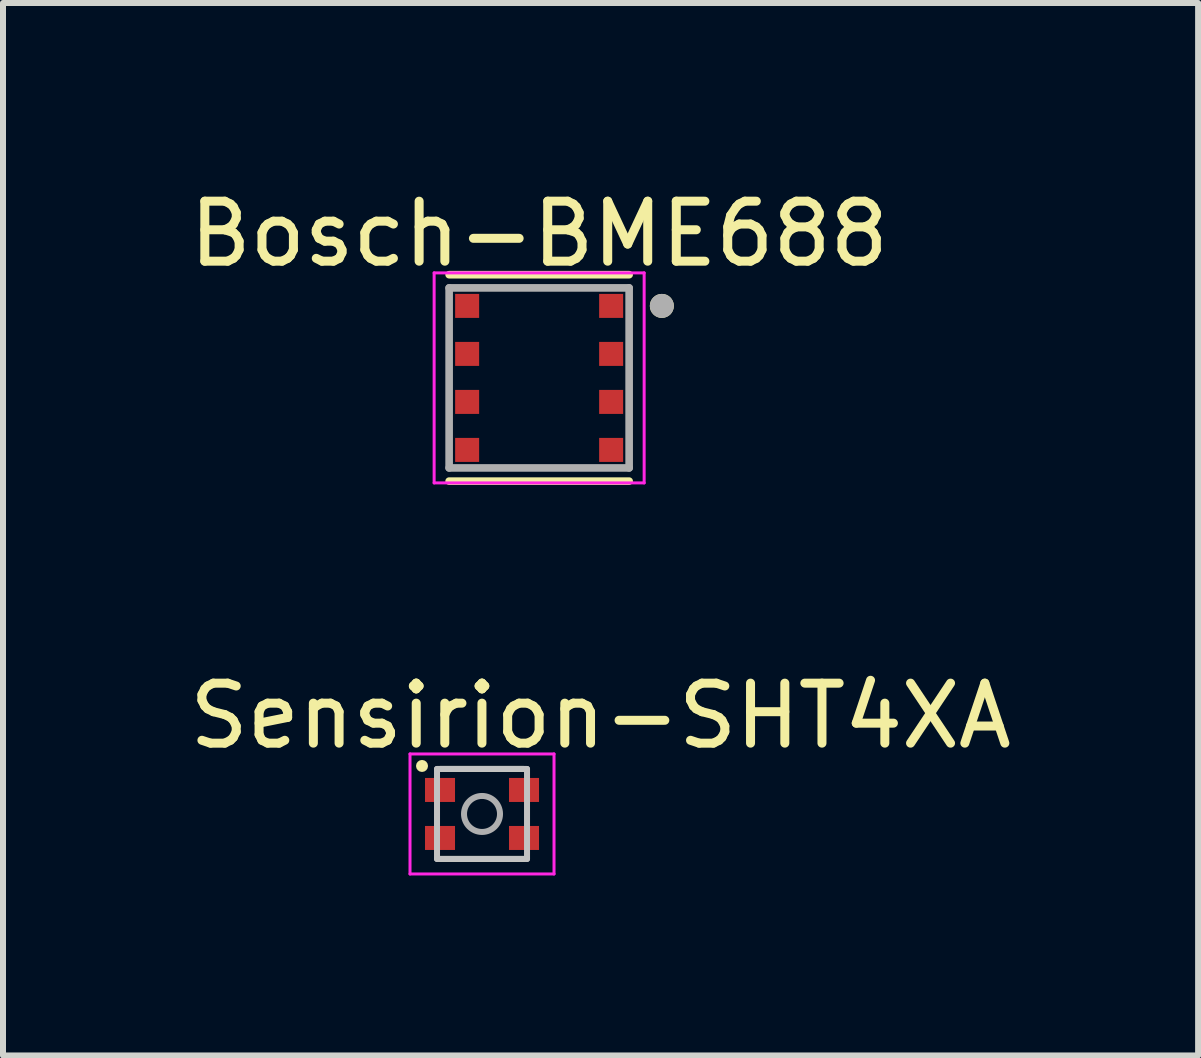
<source format=kicad_pcb>
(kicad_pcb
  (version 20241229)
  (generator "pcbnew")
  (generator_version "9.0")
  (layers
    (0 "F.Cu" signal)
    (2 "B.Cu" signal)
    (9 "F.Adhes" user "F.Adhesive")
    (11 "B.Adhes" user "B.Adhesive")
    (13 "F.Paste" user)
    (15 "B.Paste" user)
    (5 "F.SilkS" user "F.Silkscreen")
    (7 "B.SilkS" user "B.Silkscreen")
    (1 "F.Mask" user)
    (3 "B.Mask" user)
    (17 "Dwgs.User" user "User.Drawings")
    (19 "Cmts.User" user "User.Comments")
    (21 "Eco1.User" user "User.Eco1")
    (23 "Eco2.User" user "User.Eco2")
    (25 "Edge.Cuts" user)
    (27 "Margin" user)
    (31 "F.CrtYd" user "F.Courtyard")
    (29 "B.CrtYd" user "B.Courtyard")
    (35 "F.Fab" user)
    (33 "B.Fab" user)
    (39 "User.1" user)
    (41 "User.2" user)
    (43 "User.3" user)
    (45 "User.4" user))
  (footprint "Bosch-BME688"
    (layer "F.Cu")
    (at 5.935 3.248)
    (property "Reference" "Bosch-BME688" (at 0 -2.4 0) (layer "F.SilkS") (effects (font (size 1 1) (thickness 0.15))))
    (attr smd)
    (fp_line (start -1.5 1.72) (end 1.5 1.72) (stroke (width 0.127) (type solid)) (layer "F.SilkS"))
    (fp_line (start 1.5 -1.72) (end -1.5 -1.72) (stroke (width 0.127) (type solid)) (layer "F.SilkS"))
    (fp_circle (center 2.045 -1.2) (end 2.145 -1.2) (stroke (width 0.2) (type solid)) (fill no) (layer "F.SilkS"))
    (fp_line (start -1.75 -1.75) (end 1.75 -1.75) (stroke (width 0.05) (type solid)) (layer "F.CrtYd"))
    (fp_line (start -1.75 1.75) (end -1.75 -1.75) (stroke (width 0.05) (type solid)) (layer "F.CrtYd"))
    (fp_line (start 1.75 -1.75) (end 1.75 1.75) (stroke (width 0.05) (type solid)) (layer "F.CrtYd"))
    (fp_line (start 1.75 1.75) (end -1.75 1.75) (stroke (width 0.05) (type solid)) (layer "F.CrtYd"))
    (fp_line (start -1.5 -1.5) (end -1.5 1.5) (stroke (width 0.127) (type solid)) (layer "F.Fab"))
    (fp_line (start -1.5 1.5) (end 1.5 1.5) (stroke (width 0.127) (type solid)) (layer "F.Fab"))
    (fp_line (start 1.5 -1.5) (end -1.5 -1.5) (stroke (width 0.127) (type solid)) (layer "F.Fab"))
    (fp_line (start 1.5 1.5) (end 1.5 -1.5) (stroke (width 0.127) (type solid)) (layer "F.Fab"))
    (fp_circle (center 2.045 -1.2) (end 2.145 -1.2) (stroke (width 0.2) (type solid)) (fill no) (layer "F.Fab"))
    (pad "1" smd rect (at 1.2 -1.2) (size 0.4 0.4) (layers "F.Cu" "F.Mask" "F.Paste"))
    (pad "2" smd rect (at 1.2 -0.4) (size 0.4 0.4) (layers "F.Cu" "F.Mask" "F.Paste"))
    (pad "3" smd rect (at 1.2 0.4) (size 0.4 0.4) (layers "F.Cu" "F.Mask" "F.Paste"))
    (pad "4" smd rect (at 1.2 1.2) (size 0.4 0.4) (layers "F.Cu" "F.Mask" "F.Paste"))
    (pad "5" smd rect (at -1.2 1.2) (size 0.4 0.4) (layers "F.Cu" "F.Mask" "F.Paste"))
    (pad "6" smd rect (at -1.2 0.4) (size 0.4 0.4) (layers "F.Cu" "F.Mask" "F.Paste"))
    (pad "7" smd rect (at -1.2 -0.4) (size 0.4 0.4) (layers "F.Cu" "F.Mask" "F.Paste"))
    (pad "8" smd rect (at -1.2 -1.2) (size 0.4 0.4) (layers "F.Cu" "F.Mask" "F.Paste")))
  (footprint "Sensirion-SHT4XA"
    (layer "F.Cu")
    (at 4.983 10.515)
    (property "Reference" "Sensirion-SHT4XA" (at 1.975 -1.635 0) (layer "F.SilkS") (effects (font (size 1 1) (thickness 0.15))))
    (attr smd)
    (fp_line (start -0.7 -0.75) (end 0.7 -0.75) (stroke (width 0.1) (type solid)) (layer "F.SilkS"))
    (fp_line (start -0.7 0.75) (end 0.7 0.75) (stroke (width 0.1) (type solid)) (layer "F.SilkS"))
    (fp_circle (center -1 -0.8) (end -0.95 -0.8) (stroke (width 0.1) (type solid)) (fill no) (layer "F.SilkS"))
    (fp_line (start -0.75 -0.75) (end -0.75 0.75) (stroke (width 0.1) (type solid)) (layer "Dwgs.User"))
    (fp_line (start -0.75 0.75) (end 0.75 0.75) (stroke (width 0.1) (type solid)) (layer "Dwgs.User"))
    (fp_line (start 0.75 -0.75) (end -0.75 -0.75) (stroke (width 0.1) (type solid)) (layer "Dwgs.User"))
    (fp_line (start 0.75 0.75) (end 0.75 -0.75) (stroke (width 0.1) (type solid)) (layer "Dwgs.User"))
    (fp_line (start -1.2 -1) (end -1.2 1) (stroke (width 0.05) (type solid)) (layer "F.CrtYd"))
    (fp_line (start -1.2 1) (end 1.2 1) (stroke (width 0.05) (type solid)) (layer "F.CrtYd"))
    (fp_line (start 1.2 -1) (end -1.2 -1) (stroke (width 0.05) (type solid)) (layer "F.CrtYd"))
    (fp_line (start 1.2 1) (end 1.2 -1) (stroke (width 0.05) (type solid)) (layer "F.CrtYd"))
    (fp_circle (center 0 0) (end 0.3 0) (stroke (width 0.1) (type solid)) (fill no) (layer "F.Fab"))
    (pad "1" smd rect (at -0.7 -0.4) (size 0.5 0.4) (layers "F.Cu" "F.Mask" "F.Paste"))
    (pad "2" smd rect (at -0.7 0.4) (size 0.5 0.4) (layers "F.Cu" "F.Mask" "F.Paste"))
    (pad "3" smd rect (at 0.7 0.4) (size 0.5 0.4) (layers "F.Cu" "F.Mask" "F.Paste"))
    (pad "4" smd rect (at 0.7 -0.4) (size 0.5 0.4) (layers "F.Cu" "F.Mask" "F.Paste")))
  (gr_rect
    (start -3 -3)
    (end 16.917 14.54)
    (stroke (width 0.1) (type default))
    (fill no)
    (layer "Edge.Cuts")))
</source>
